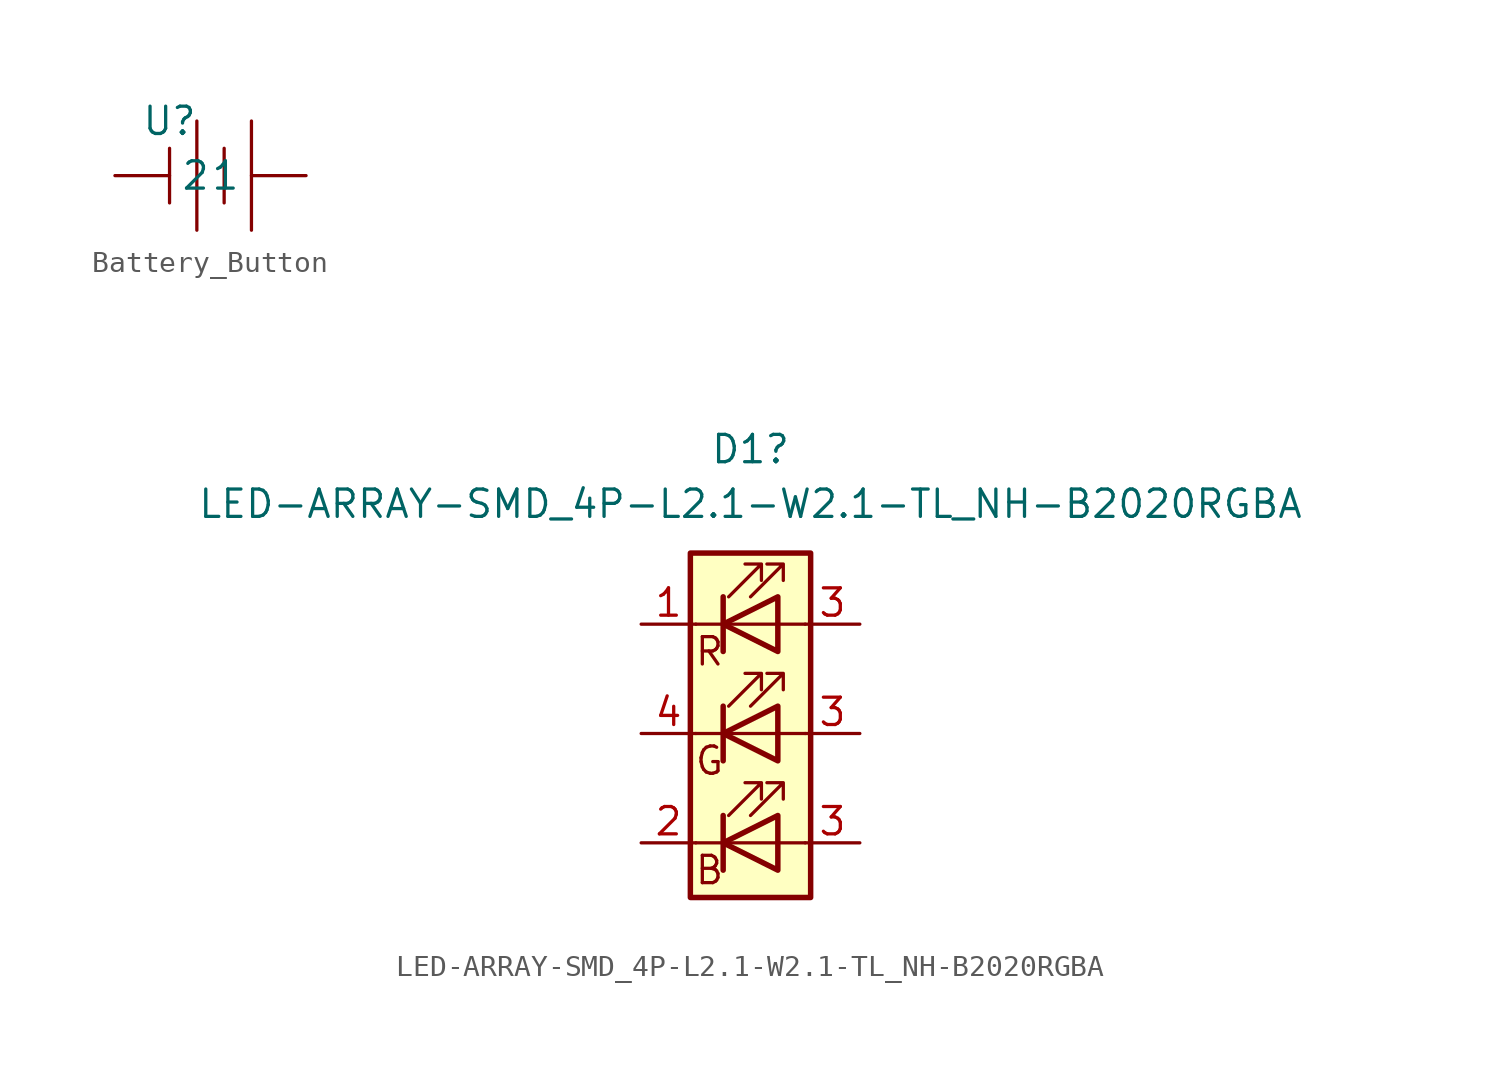
<source format=kicad_sym>
(kicad_symbol_lib
  (version 20220914)
  (generator kicad_symbol_editor)
  (symbol "Battery_Button"
    (property "Reference" "U"
      (at 0 0 0)
      (effects (font (size 1.27 1.27))))
    (property "Value" ""
      (at 0 0 0)
      (effects (font (size 1.27 1.27))))
    (symbol "Battery_Button_0_1"
      (polyline (pts (xy 0 -1.27) (xy 0 -3.81)) (stroke (width 0) (type default)) (fill (type none)))
      (polyline (pts (xy 1.27 0) (xy 1.27 -5.08)) (stroke (width 0) (type default)) (fill (type none)))
      (polyline (pts (xy 2.54 -1.27) (xy 2.54 -3.81)) (stroke (width 0) (type default)) (fill (type none)))
      (polyline (pts (xy 3.81 0) (xy 3.81 -5.08)) (stroke (width 0) (type default)) (fill (type none))))
    (symbol "Battery_Button_1_1"
      (pin input line (at 6.35 -2.54 180) (length 2.54) (name "1" (effects (font (size 1.27 1.27)))) (number "" (effects (font (size 1.27 1.27)))))
      (pin input line (at -2.54 -2.54 0) (length 2.54) (name "2" (effects (font (size 1.27 1.27)))) (number "" (effects (font (size 1.27 1.27)))))))
  (symbol "LED-ARRAY-SMD_4P-L2.1-W2.1-TL_NH-B2020RGBA"
    (pin_names
      (offset 0) hide)
    (property "Reference" "D1"
      (at 0 13.208 0)
      (effects (font (size 1.27 1.27))))
    (property "Value" "LED-ARRAY-SMD_4P-L2.1-W2.1-TL_NH-B2020RGBA"
      (at 0 10.668 0)
      (effects (font (size 1.27 1.27))))
    (symbol "LED-ARRAY-SMD_4P-L2.1-W2.1-TL_NH-B2020RGBA_0_0"
      (text "B" (at -1.905 -6.35 0) (effects (font (size 1.27 1.27))))
      (text "G" (at -1.905 -1.27 0) (effects (font (size 1.27 1.27))))
      (text "R" (at -1.905 3.81 0) (effects (font (size 1.27 1.27)))))
    (symbol "LED-ARRAY-SMD_4P-L2.1-W2.1-TL_NH-B2020RGBA_0_1"
      (rectangle (start -2.794 8.382) (end 2.794 -7.62) (stroke (width 0.254) (type default)) (fill (type background)))
      (polyline (pts (xy -1.27 -5.08) (xy -2.54 -5.08)) (stroke (width 0) (type default)) (fill (type none)))
      (polyline (pts (xy -1.27 -5.08) (xy 1.27 -5.08)) (stroke (width 0) (type default)) (fill (type none)))
      (polyline (pts (xy -1.27 -3.81) (xy -1.27 -6.35)) (stroke (width 0.254) (type default)) (fill (type none)))
      (polyline (pts (xy -1.27 0) (xy -2.54 0)) (stroke (width 0) (type default)) (fill (type none)))
      (polyline (pts (xy -1.27 1.27) (xy -1.27 -1.27)) (stroke (width 0.254) (type default)) (fill (type none)))
      (polyline (pts (xy -1.27 5.08) (xy -2.54 5.08)) (stroke (width 0) (type default)) (fill (type none)))
      (polyline (pts (xy -1.27 5.08) (xy 1.27 5.08)) (stroke (width 0) (type default)) (fill (type none)))
      (polyline (pts (xy -1.27 6.35) (xy -1.27 3.81)) (stroke (width 0.254) (type default)) (fill (type none)))
      (polyline (pts (xy 1.27 -5.08) (xy 2.54 -5.08)) (stroke (width 0) (type default)) (fill (type none)))
      (polyline (pts (xy 1.27 0) (xy -1.27 0)) (stroke (width 0) (type default)) (fill (type none)))
      (polyline (pts (xy 1.27 0) (xy 2.54 0)) (stroke (width 0) (type default)) (fill (type none)))
      (polyline (pts (xy 1.27 5.08) (xy 2.54 5.08)) (stroke (width 0) (type default)) (fill (type none)))
      (polyline (pts (xy -1.27 1.27) (xy -1.27 -1.27) (xy -1.27 -1.27)) (stroke (width 0) (type default)) (fill (type none)))
      (polyline (pts (xy -1.27 6.35) (xy -1.27 3.81) (xy -1.27 3.81)) (stroke (width 0) (type default)) (fill (type none)))
      (polyline (pts (xy 1.27 -3.81) (xy 1.27 -6.35) (xy -1.27 -5.08) (xy 1.27 -3.81)) (stroke (width 0.254) (type default)) (fill (type none)))
      (polyline (pts (xy 1.27 1.27) (xy 1.27 -1.27) (xy -1.27 0) (xy 1.27 1.27)) (stroke (width 0.254) (type default)) (fill (type none)))
      (polyline (pts (xy 1.27 6.35) (xy 1.27 3.81) (xy -1.27 5.08) (xy 1.27 6.35)) (stroke (width 0.254) (type default)) (fill (type none)))
      (polyline (pts (xy -1.016 -3.81) (xy 0.508 -2.286) (xy -0.254 -2.286) (xy 0.508 -2.286) (xy 0.508 -3.048)) (stroke (width 0) (type default)) (fill (type none)))
      (polyline (pts (xy -1.016 1.27) (xy 0.508 2.794) (xy -0.254 2.794) (xy 0.508 2.794) (xy 0.508 2.032)) (stroke (width 0) (type default)) (fill (type none)))
      (polyline (pts (xy -1.016 6.35) (xy 0.508 7.874) (xy -0.254 7.874) (xy 0.508 7.874) (xy 0.508 7.112)) (stroke (width 0) (type default)) (fill (type none)))
      (polyline (pts (xy 0 -3.81) (xy 1.524 -2.286) (xy 0.762 -2.286) (xy 1.524 -2.286) (xy 1.524 -3.048)) (stroke (width 0) (type default)) (fill (type none)))
      (polyline (pts (xy 0 1.27) (xy 1.524 2.794) (xy 0.762 2.794) (xy 1.524 2.794) (xy 1.524 2.032)) (stroke (width 0) (type default)) (fill (type none)))
      (polyline (pts (xy 0 6.35) (xy 1.524 7.874) (xy 0.762 7.874) (xy 1.524 7.874) (xy 1.524 7.112)) (stroke (width 0) (type default)) (fill (type none)))
      (rectangle (start 1.27 -1.27) (end 1.27 1.27) (stroke (width 0) (type default)) (fill (type none)))
      (rectangle (start 1.27 1.27) (end 1.27 1.27) (stroke (width 0) (type default)) (fill (type none)))
      (rectangle (start 1.27 3.81) (end 1.27 6.35) (stroke (width 0) (type default)) (fill (type none)))
      (rectangle (start 1.27 6.35) (end 1.27 6.35) (stroke (width 0) (type default)) (fill (type none))))
    (symbol "LED-ARRAY-SMD_4P-L2.1-W2.1-TL_NH-B2020RGBA_1_1"
      (pin passive line (at -5.08 5.08 0) (length 2.54) (name "RK" (effects (font (size 1.27 1.27)))) (number "1" (effects (font (size 1.27 1.27)))))
      (pin passive line (at -5.08 -5.08 0) (length 2.54) (name "BK" (effects (font (size 1.27 1.27)))) (number "2" (effects (font (size 1.27 1.27)))))
      (pin passive line (at 5.08 -5.08 180) (length 2.54) (name "3" (effects (font (size 1.27 1.27)))) (number "3" (effects (font (size 1.27 1.27)))))
      (pin passive line (at 5.08 0 180) (length 2.54) (name "3" (effects (font (size 1.27 1.27)))) (number "3" (effects (font (size 1.27 1.27)))))
      (pin passive line (at 5.08 5.08 180) (length 2.54) (name "3" (effects (font (size 1.27 1.27)))) (number "3" (effects (font (size 1.27 1.27)))))
      (pin passive line (at -5.08 0 0) (length 2.54) (name "GK" (effects (font (size 1.27 1.27)))) (number "4" (effects (font (size 1.27 1.27))))))))
</source>
